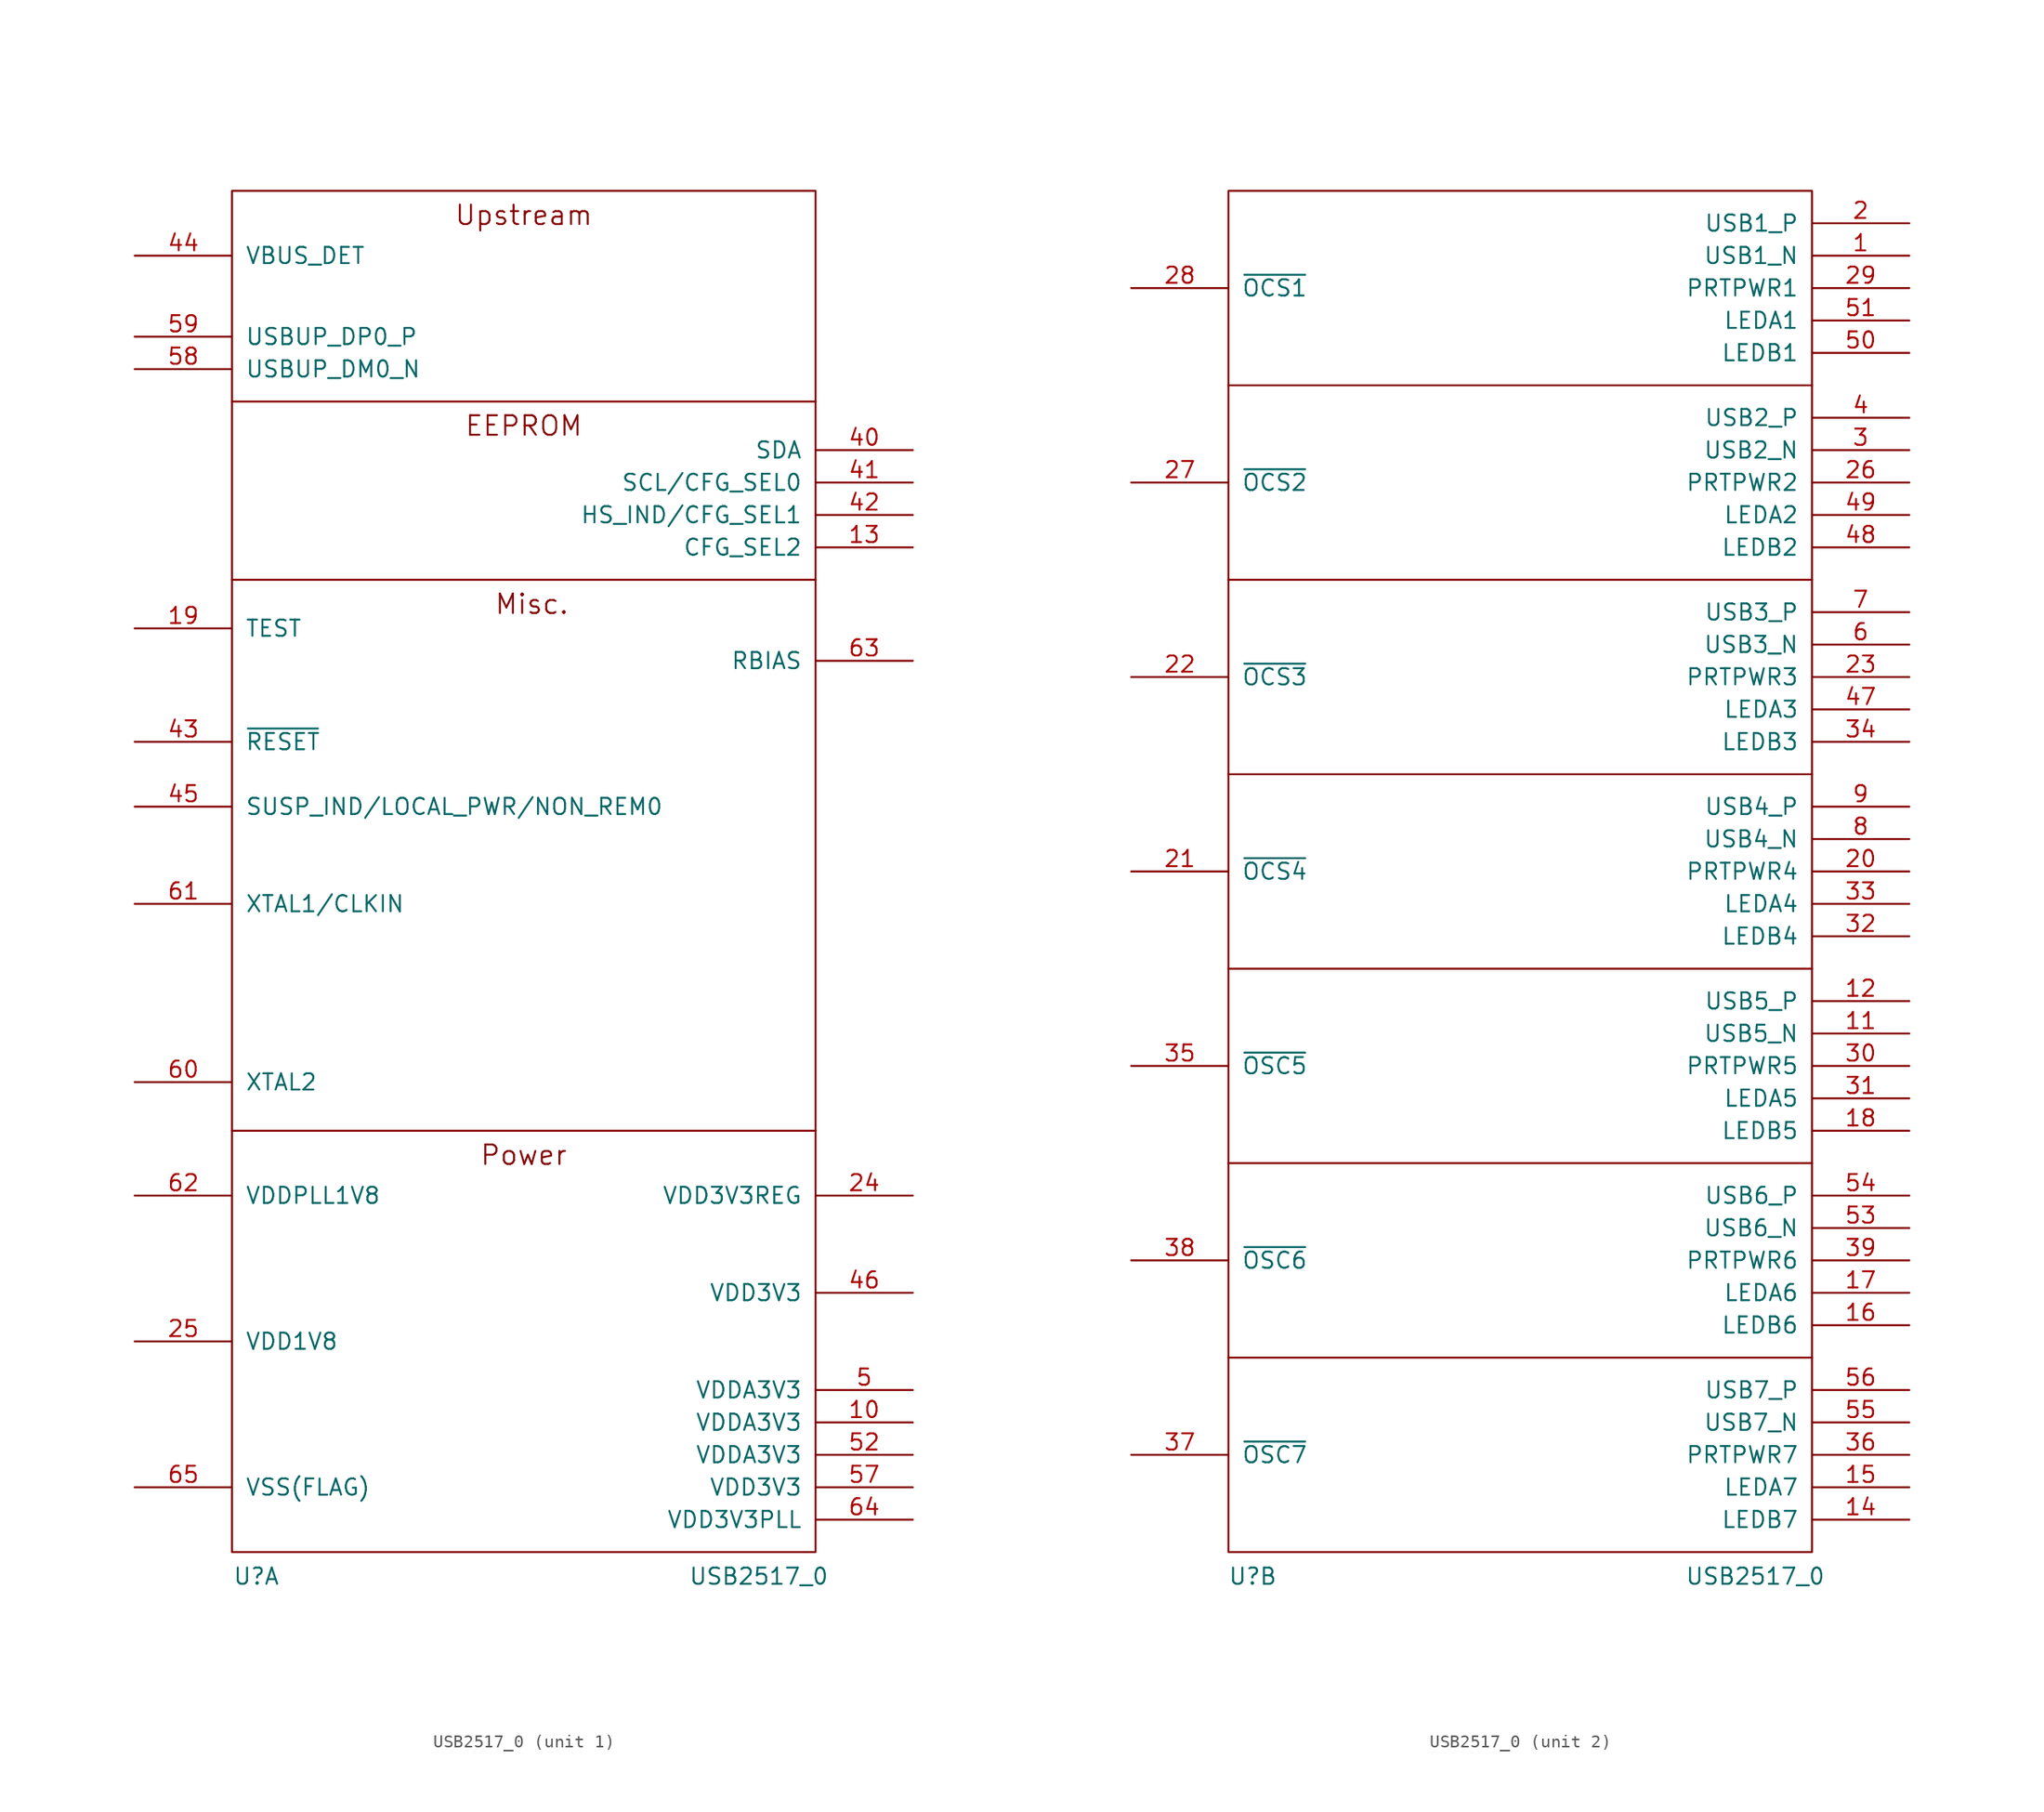
<source format=kicad_sym>
(kicad_symbol_lib
  (version 20211014)
  (generator kicad_symbol_editor)
  (symbol "USB2517_0"
    (pin_names
      (offset 1.016))
    (property "Reference" "U"
      (at -20.955 -61.595 0)
      (effects (font (size 1.27 1.27))))
    (property "Value" "USB2517_0"
      (at 18.415 -61.595 0)
      (effects (font (size 1.27 1.27))))
    (property "ki_locked" ""
      (at 0 0 0)
      (effects (font (size 1.27 1.27))))
    (symbol "USB2517_0_1_0"
      (rectangle (start -22.86 -59.69) (end 22.86 46.99) (stroke (width 0) (type default) (color 0 0 0 0)) (fill (type none)))
      (polyline (pts (xy -22.86 -26.67) (xy 22.86 -26.67)) (stroke (width 0) (type default) (color 0 0 0 0)) (fill (type none)))
      (polyline (pts (xy -22.86 16.51) (xy 22.86 16.51)) (stroke (width 0) (type default) (color 0 0 0 0)) (fill (type none)))
      (text "EEPROM" (at 0 28.575 0) (effects (font (size 1.524 1.524))))
      (text "Misc." (at 0.635 14.605 0) (effects (font (size 1.524 1.524))))
      (text "Power" (at 0 -28.575 0) (effects (font (size 1.524 1.524))))
      (text "Upstream" (at 0 45.085 0) (effects (font (size 1.524 1.524)))))
    (symbol "USB2517_0_1_1"
      (polyline (pts (xy -22.86 30.48) (xy 22.86 30.48)) (stroke (width 0) (type default) (color 0 0 0 0)) (fill (type none)))
      (pin input line (at 30.48 -49.53 180) (length 7.62) (name "VDDA3V3" (effects (font (size 1.27 1.27)))) (number "10" (effects (font (size 1.27 1.27)))))
      (pin input line (at 30.48 19.05 180) (length 7.62) (name "CFG_SEL2" (effects (font (size 1.27 1.27)))) (number "13" (effects (font (size 1.27 1.27)))))
      (pin input line (at -30.48 12.7 0) (length 7.62) (name "TEST" (effects (font (size 1.27 1.27)))) (number "19" (effects (font (size 1.27 1.27)))))
      (pin input line (at 30.48 -31.75 180) (length 7.62) (name "VDD3V3REG" (effects (font (size 1.27 1.27)))) (number "24" (effects (font (size 1.27 1.27)))))
      (pin input line (at -30.48 -43.18 0) (length 7.62) (name "VDD1V8" (effects (font (size 1.27 1.27)))) (number "25" (effects (font (size 1.27 1.27)))))
      (pin input line (at 30.48 26.67 180) (length 7.62) (name "SDA" (effects (font (size 1.27 1.27)))) (number "40" (effects (font (size 1.27 1.27)))))
      (pin input line (at 30.48 24.13 180) (length 7.62) (name "SCL/CFG_SEL0" (effects (font (size 1.27 1.27)))) (number "41" (effects (font (size 1.27 1.27)))))
      (pin input line (at 30.48 21.59 180) (length 7.62) (name "HS_IND/CFG_SEL1" (effects (font (size 1.27 1.27)))) (number "42" (effects (font (size 1.27 1.27)))))
      (pin input line (at -30.48 3.81 0) (length 7.62) (name "~{RESET}" (effects (font (size 1.27 1.27)))) (number "43" (effects (font (size 1.27 1.27)))))
      (pin input line (at -30.48 41.91 0) (length 7.62) (name "VBUS_DET" (effects (font (size 1.27 1.27)))) (number "44" (effects (font (size 1.27 1.27)))))
      (pin input line (at -30.48 -1.27 0) (length 7.62) (name "SUSP_IND/LOCAL_PWR/NON_REM0" (effects (font (size 1.27 1.27)))) (number "45" (effects (font (size 1.27 1.27)))))
      (pin input line (at 30.48 -39.37 180) (length 7.62) (name "VDD3V3" (effects (font (size 1.27 1.27)))) (number "46" (effects (font (size 1.27 1.27)))))
      (pin input line (at 30.48 -46.99 180) (length 7.62) (name "VDDA3V3" (effects (font (size 1.27 1.27)))) (number "5" (effects (font (size 1.27 1.27)))))
      (pin input line (at 30.48 -52.07 180) (length 7.62) (name "VDDA3V3" (effects (font (size 1.27 1.27)))) (number "52" (effects (font (size 1.27 1.27)))))
      (pin input line (at 30.48 -54.61 180) (length 7.62) (name "VDD3V3" (effects (font (size 1.27 1.27)))) (number "57" (effects (font (size 1.27 1.27)))))
      (pin bidirectional line (at -30.48 33.02 0) (length 7.62) (name "USBUP_DM0_N" (effects (font (size 1.27 1.27)))) (number "58" (effects (font (size 1.27 1.27)))))
      (pin bidirectional line (at -30.48 35.56 0) (length 7.62) (name "USBUP_DP0_P" (effects (font (size 1.27 1.27)))) (number "59" (effects (font (size 1.27 1.27)))))
      (pin input line (at -30.48 -22.86 0) (length 7.62) (name "XTAL2" (effects (font (size 1.27 1.27)))) (number "60" (effects (font (size 1.27 1.27)))))
      (pin input line (at -30.48 -8.89 0) (length 7.62) (name "XTAL1/CLKIN" (effects (font (size 1.27 1.27)))) (number "61" (effects (font (size 1.27 1.27)))))
      (pin input line (at -30.48 -31.75 0) (length 7.62) (name "VDDPLL1V8" (effects (font (size 1.27 1.27)))) (number "62" (effects (font (size 1.27 1.27)))))
      (pin input line (at 30.48 10.16 180) (length 7.62) (name "RBIAS" (effects (font (size 1.27 1.27)))) (number "63" (effects (font (size 1.27 1.27)))))
      (pin input line (at 30.48 -57.15 180) (length 7.62) (name "VDD3V3PLL" (effects (font (size 1.27 1.27)))) (number "64" (effects (font (size 1.27 1.27)))))
      (pin input line (at -30.48 -54.61 0) (length 7.62) (name "VSS(FLAG)" (effects (font (size 1.27 1.27)))) (number "65" (effects (font (size 1.27 1.27))))))
    (symbol "USB2517_0_2_0"
      (rectangle (start -22.86 -59.69) (end 22.86 46.99) (stroke (width 0) (type default) (color 0 0 0 0)) (fill (type none)))
      (polyline (pts (xy 22.86 -44.45) (xy -22.86 -44.45)) (stroke (width 0) (type default) (color 0 0 0 0)) (fill (type none)))
      (polyline (pts (xy 22.86 -29.21) (xy -22.86 -29.21)) (stroke (width 0) (type default) (color 0 0 0 0)) (fill (type none)))
      (polyline (pts (xy 22.86 -13.97) (xy -22.86 -13.97)) (stroke (width 0) (type default) (color 0 0 0 0)) (fill (type none)))
      (polyline (pts (xy 22.86 1.27) (xy -22.86 1.27)) (stroke (width 0) (type default) (color 0 0 0 0)) (fill (type none)))
      (polyline (pts (xy 22.86 16.51) (xy -22.86 16.51)) (stroke (width 0) (type default) (color 0 0 0 0)) (fill (type none)))
      (polyline (pts (xy 22.86 31.75) (xy -22.86 31.75)) (stroke (width 0) (type default) (color 0 0 0 0)) (fill (type none))))
    (symbol "USB2517_0_2_1"
      (pin bidirectional line (at 30.48 41.91 180) (length 7.62) (name "USB1_N" (effects (font (size 1.27 1.27)))) (number "1" (effects (font (size 1.27 1.27)))))
      (pin bidirectional line (at 30.48 -19.05 180) (length 7.62) (name "USB5_N" (effects (font (size 1.27 1.27)))) (number "11" (effects (font (size 1.27 1.27)))))
      (pin bidirectional line (at 30.48 -16.51 180) (length 7.62) (name "USB5_P" (effects (font (size 1.27 1.27)))) (number "12" (effects (font (size 1.27 1.27)))))
      (pin output line (at 30.48 -57.15 180) (length 7.62) (name "LEDB7" (effects (font (size 1.27 1.27)))) (number "14" (effects (font (size 1.27 1.27)))))
      (pin output line (at 30.48 -54.61 180) (length 7.62) (name "LEDA7" (effects (font (size 1.27 1.27)))) (number "15" (effects (font (size 1.27 1.27)))))
      (pin output line (at 30.48 -41.91 180) (length 7.62) (name "LEDB6" (effects (font (size 1.27 1.27)))) (number "16" (effects (font (size 1.27 1.27)))))
      (pin output line (at 30.48 -39.37 180) (length 7.62) (name "LEDA6" (effects (font (size 1.27 1.27)))) (number "17" (effects (font (size 1.27 1.27)))))
      (pin output line (at 30.48 -26.67 180) (length 7.62) (name "LEDB5" (effects (font (size 1.27 1.27)))) (number "18" (effects (font (size 1.27 1.27)))))
      (pin bidirectional line (at 30.48 44.45 180) (length 7.62) (name "USB1_P" (effects (font (size 1.27 1.27)))) (number "2" (effects (font (size 1.27 1.27)))))
      (pin output line (at 30.48 -6.35 180) (length 7.62) (name "PRTPWR4" (effects (font (size 1.27 1.27)))) (number "20" (effects (font (size 1.27 1.27)))))
      (pin input line (at -30.48 -6.35 0) (length 7.62) (name "~{OCS4}" (effects (font (size 1.27 1.27)))) (number "21" (effects (font (size 1.27 1.27)))))
      (pin input line (at -30.48 8.89 0) (length 7.62) (name "~{OCS3}" (effects (font (size 1.27 1.27)))) (number "22" (effects (font (size 1.27 1.27)))))
      (pin output line (at 30.48 8.89 180) (length 7.62) (name "PRTPWR3" (effects (font (size 1.27 1.27)))) (number "23" (effects (font (size 1.27 1.27)))))
      (pin output line (at 30.48 24.13 180) (length 7.62) (name "PRTPWR2" (effects (font (size 1.27 1.27)))) (number "26" (effects (font (size 1.27 1.27)))))
      (pin input line (at -30.48 24.13 0) (length 7.62) (name "~{OCS2}" (effects (font (size 1.27 1.27)))) (number "27" (effects (font (size 1.27 1.27)))))
      (pin input line (at -30.48 39.37 0) (length 7.62) (name "~{OCS1}" (effects (font (size 1.27 1.27)))) (number "28" (effects (font (size 1.27 1.27)))))
      (pin output line (at 30.48 39.37 180) (length 7.62) (name "PRTPWR1" (effects (font (size 1.27 1.27)))) (number "29" (effects (font (size 1.27 1.27)))))
      (pin bidirectional line (at 30.48 26.67 180) (length 7.62) (name "USB2_N" (effects (font (size 1.27 1.27)))) (number "3" (effects (font (size 1.27 1.27)))))
      (pin output line (at 30.48 -21.59 180) (length 7.62) (name "PRTPWR5" (effects (font (size 1.27 1.27)))) (number "30" (effects (font (size 1.27 1.27)))))
      (pin output line (at 30.48 -24.13 180) (length 7.62) (name "LEDA5" (effects (font (size 1.27 1.27)))) (number "31" (effects (font (size 1.27 1.27)))))
      (pin output line (at 30.48 -11.43 180) (length 7.62) (name "LEDB4" (effects (font (size 1.27 1.27)))) (number "32" (effects (font (size 1.27 1.27)))))
      (pin output line (at 30.48 -8.89 180) (length 7.62) (name "LEDA4" (effects (font (size 1.27 1.27)))) (number "33" (effects (font (size 1.27 1.27)))))
      (pin output line (at 30.48 3.81 180) (length 7.62) (name "LEDB3" (effects (font (size 1.27 1.27)))) (number "34" (effects (font (size 1.27 1.27)))))
      (pin input line (at -30.48 -21.59 0) (length 7.62) (name "~{OSC5}" (effects (font (size 1.27 1.27)))) (number "35" (effects (font (size 1.27 1.27)))))
      (pin output line (at 30.48 -52.07 180) (length 7.62) (name "PRTPWR7" (effects (font (size 1.27 1.27)))) (number "36" (effects (font (size 1.27 1.27)))))
      (pin input line (at -30.48 -52.07 0) (length 7.62) (name "~{OSC7}" (effects (font (size 1.27 1.27)))) (number "37" (effects (font (size 1.27 1.27)))))
      (pin input line (at -30.48 -36.83 0) (length 7.62) (name "~{OSC6}" (effects (font (size 1.27 1.27)))) (number "38" (effects (font (size 1.27 1.27)))))
      (pin output line (at 30.48 -36.83 180) (length 7.62) (name "PRTPWR6" (effects (font (size 1.27 1.27)))) (number "39" (effects (font (size 1.27 1.27)))))
      (pin bidirectional line (at 30.48 29.21 180) (length 7.62) (name "USB2_P" (effects (font (size 1.27 1.27)))) (number "4" (effects (font (size 1.27 1.27)))))
      (pin output line (at 30.48 6.35 180) (length 7.62) (name "LEDA3" (effects (font (size 1.27 1.27)))) (number "47" (effects (font (size 1.27 1.27)))))
      (pin output line (at 30.48 19.05 180) (length 7.62) (name "LEDB2" (effects (font (size 1.27 1.27)))) (number "48" (effects (font (size 1.27 1.27)))))
      (pin output line (at 30.48 21.59 180) (length 7.62) (name "LEDA2" (effects (font (size 1.27 1.27)))) (number "49" (effects (font (size 1.27 1.27)))))
      (pin output line (at 30.48 34.29 180) (length 7.62) (name "LEDB1" (effects (font (size 1.27 1.27)))) (number "50" (effects (font (size 1.27 1.27)))))
      (pin output line (at 30.48 36.83 180) (length 7.62) (name "LEDA1" (effects (font (size 1.27 1.27)))) (number "51" (effects (font (size 1.27 1.27)))))
      (pin bidirectional line (at 30.48 -34.29 180) (length 7.62) (name "USB6_N" (effects (font (size 1.27 1.27)))) (number "53" (effects (font (size 1.27 1.27)))))
      (pin bidirectional line (at 30.48 -31.75 180) (length 7.62) (name "USB6_P" (effects (font (size 1.27 1.27)))) (number "54" (effects (font (size 1.27 1.27)))))
      (pin bidirectional line (at 30.48 -49.53 180) (length 7.62) (name "USB7_N" (effects (font (size 1.27 1.27)))) (number "55" (effects (font (size 1.27 1.27)))))
      (pin bidirectional line (at 30.48 -46.99 180) (length 7.62) (name "USB7_P" (effects (font (size 1.27 1.27)))) (number "56" (effects (font (size 1.27 1.27)))))
      (pin bidirectional line (at 30.48 11.43 180) (length 7.62) (name "USB3_N" (effects (font (size 1.27 1.27)))) (number "6" (effects (font (size 1.27 1.27)))))
      (pin bidirectional line (at 30.48 13.97 180) (length 7.62) (name "USB3_P" (effects (font (size 1.27 1.27)))) (number "7" (effects (font (size 1.27 1.27)))))
      (pin bidirectional line (at 30.48 -3.81 180) (length 7.62) (name "USB4_N" (effects (font (size 1.27 1.27)))) (number "8" (effects (font (size 1.27 1.27)))))
      (pin bidirectional line (at 30.48 -1.27 180) (length 7.62) (name "USB4_P" (effects (font (size 1.27 1.27)))) (number "9" (effects (font (size 1.27 1.27))))))))
</source>
